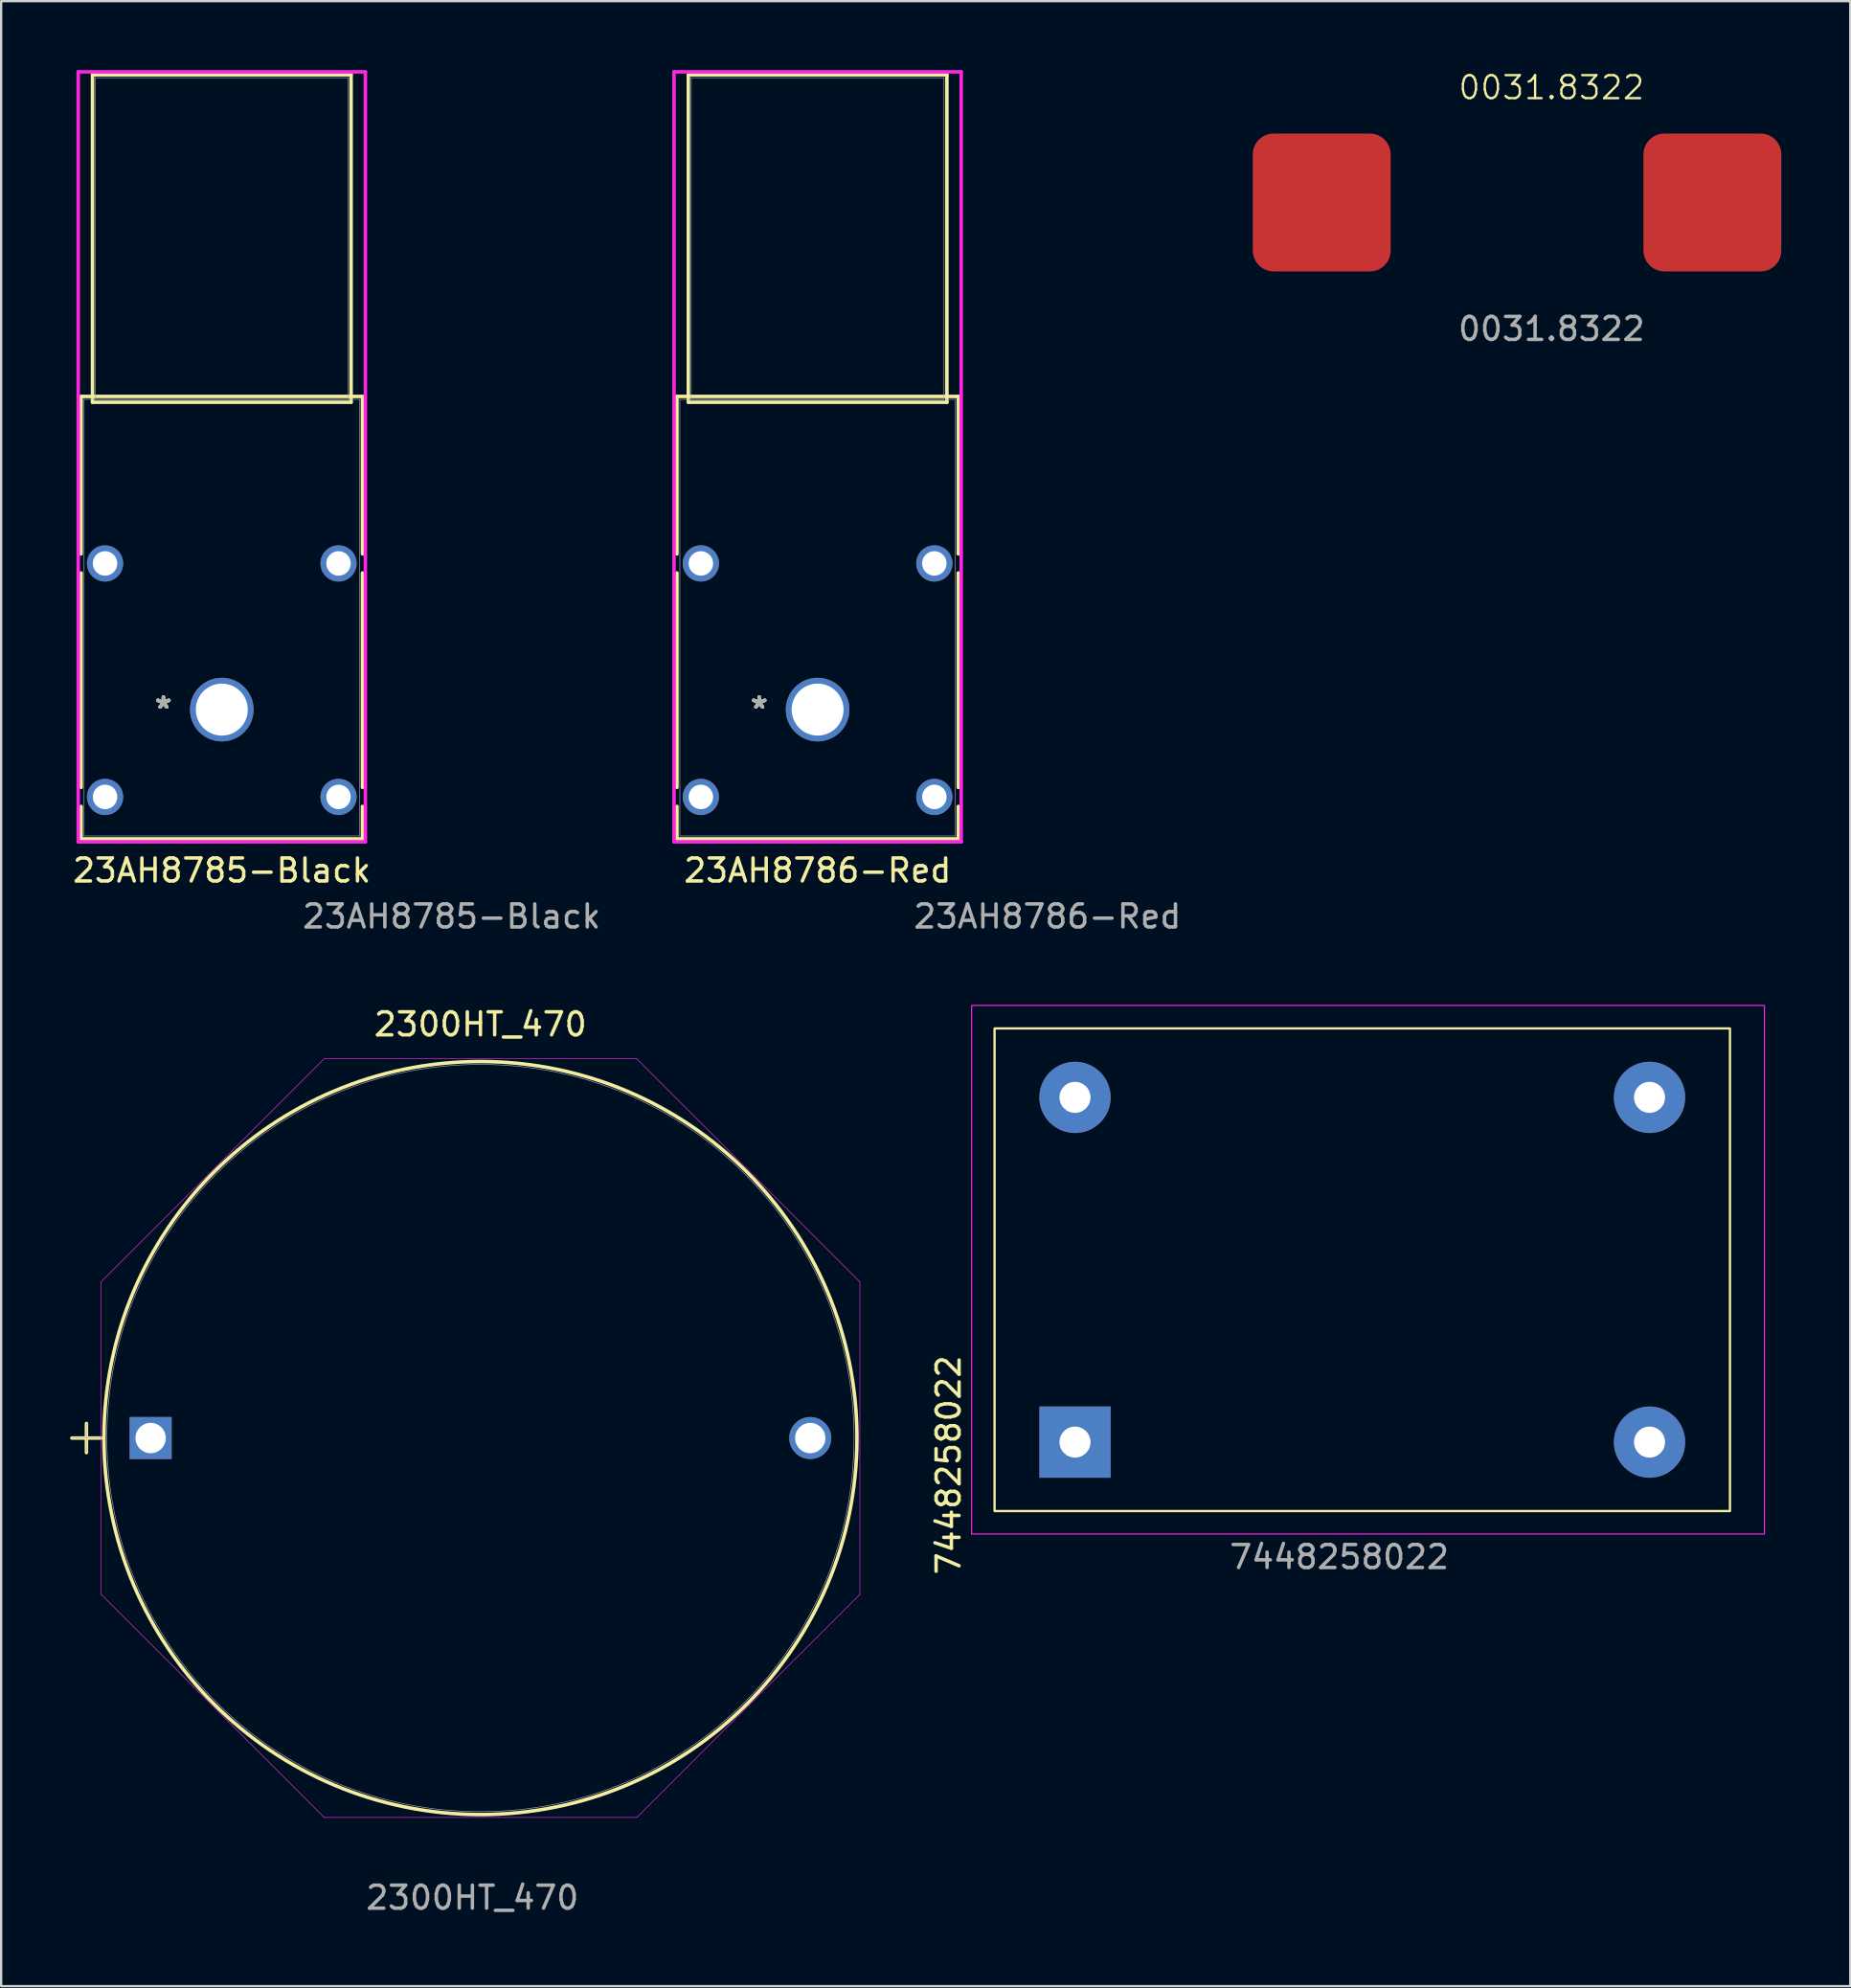
<source format=kicad_pcb>
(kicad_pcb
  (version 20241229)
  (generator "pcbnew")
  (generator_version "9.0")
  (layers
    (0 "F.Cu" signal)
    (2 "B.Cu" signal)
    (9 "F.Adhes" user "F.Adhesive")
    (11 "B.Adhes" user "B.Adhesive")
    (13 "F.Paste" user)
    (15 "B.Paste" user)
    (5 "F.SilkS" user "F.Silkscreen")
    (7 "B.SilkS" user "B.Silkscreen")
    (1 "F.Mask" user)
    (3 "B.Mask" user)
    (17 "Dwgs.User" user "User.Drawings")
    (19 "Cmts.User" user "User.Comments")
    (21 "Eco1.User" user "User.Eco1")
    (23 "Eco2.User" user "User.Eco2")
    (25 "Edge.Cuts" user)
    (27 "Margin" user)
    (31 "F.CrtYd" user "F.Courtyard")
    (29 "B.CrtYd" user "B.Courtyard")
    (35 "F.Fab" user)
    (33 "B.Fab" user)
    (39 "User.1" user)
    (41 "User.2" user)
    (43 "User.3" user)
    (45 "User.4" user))
  (footprint "0031.8322"
    (layer "F.Cu")
    (at 68.462 8.761)
    (property "Reference" "0031.8322" (at -4 -8 0) (unlocked yes) (layer "F.SilkS") (effects (font (size 1 1) (thickness 0.1))))
    (attr through_hole)
    (fp_text user "${REFERENCE}" (at -4 2.5 0) (unlocked yes) (layer "F.Fab") (effects (font (size 1 1) (thickness 0.15))))
    (pad "1" smd roundrect (at -14 -3) (size 6 6) (layers "F.Cu" "F.Mask" "F.Paste") (roundrect_rratio 0.15))
    (pad "2" smd roundrect (at 3 -3) (size 6 6) (layers "F.Cu" "F.Mask" "F.Paste") (roundrect_rratio 0.15)))
  (footprint "2300HT_470"
    (layer "F.Cu")
    (at 3.505 59.522)
    (property "Reference" "2300HT_470" (at 14.351 -18 0) (unlocked yes) (layer "F.SilkS") (effects (font (size 1 1) (thickness 0.15))))
    (attr through_hole)
    (fp_line (start -3.429 0) (end -2.159 0) (stroke (width 0.152) (type solid)) (layer "F.SilkS"))
    (fp_line (start -2.794 -0.635) (end -2.794 0.635) (stroke (width 0.152) (type solid)) (layer "F.SilkS"))
    (fp_circle (center 14.351 0) (end 30.734 0) (stroke (width 0.152) (type solid)) (fill no) (layer "F.SilkS"))
    (fp_line (start -2.159 -6.798) (end 7.553 -16.51) (stroke (width 0.025) (type solid)) (layer "F.CrtYd"))
    (fp_line (start -2.159 6.798) (end -2.159 -6.798) (stroke (width 0.025) (type solid)) (layer "F.CrtYd"))
    (fp_line (start 7.553 -16.51) (end 21.149 -16.51) (stroke (width 0.025) (type solid)) (layer "F.CrtYd"))
    (fp_line (start 7.553 16.51) (end -2.159 6.798) (stroke (width 0.025) (type solid)) (layer "F.CrtYd"))
    (fp_line (start 21.149 -16.51) (end 30.861 -6.798) (stroke (width 0.025) (type solid)) (layer "F.CrtYd"))
    (fp_line (start 21.149 16.51) (end 7.553 16.51) (stroke (width 0.025) (type solid)) (layer "F.CrtYd"))
    (fp_line (start 30.861 -6.798) (end 30.861 6.798) (stroke (width 0.025) (type solid)) (layer "F.CrtYd"))
    (fp_line (start 30.861 6.798) (end 21.149 16.51) (stroke (width 0.025) (type solid)) (layer "F.CrtYd"))
    (fp_line (start -3.429 0) (end -2.159 0) (stroke (width 0.025) (type solid)) (layer "F.Fab"))
    (fp_line (start -2.794 -0.635) (end -2.794 0.635) (stroke (width 0.025) (type solid)) (layer "F.Fab"))
    (fp_circle (center 14.351 0) (end 30.607 0) (stroke (width 0.025) (type solid)) (fill no) (layer "F.Fab"))
    (fp_text user "${REFERENCE}" (at 14 20 0) (unlocked yes) (layer "F.Fab") (effects (font (size 1 1) (thickness 0.15))))
    (pad "1" thru_hole rect (at 0 0) (size 1.829 1.829) (drill 1.321) (layers "*.Cu" "*.Mask"))
    (pad "2" thru_hole circle (at 28.702 0) (size 1.829 1.829) (drill 1.321) (layers "*.Cu" "*.Mask")))
  (footprint "7448258022"
    (layer "F.Cu")
    (at 40.227 62.699)
    (property "Reference" "7448258022" (at -2 -2 90) (unlocked yes) (layer "F.SilkS") (effects (font (size 1 1) (thickness 0.15))))
    (attr through_hole)
    (fp_rect (start 0 -21) (end 32 0) (stroke (width 0.1) (type default)) (fill no) (layer "F.SilkS"))
    (fp_rect (start -1 -22) (end 33.5 1) (stroke (width 0.05) (type solid)) (fill no) (layer "F.CrtYd"))
    (fp_text user "${REFERENCE}" (at 15 2 0) (unlocked yes) (layer "F.Fab") (effects (font (size 1 1) (thickness 0.15))))
    (pad "1" thru_hole rect (at 3.5 -3) (size 3.1 3.1) (drill 1.35) (layers "*.Cu" "*.Mask"))
    (pad "2" thru_hole circle (at 28.5 -3) (size 3.1 3.1) (drill 1.35) (layers "*.Cu" "*.Mask"))
    (pad "3" thru_hole circle (at 28.5 -18) (size 3.1 3.1) (drill 1.35) (layers "*.Cu" "*.Mask"))
    (pad "4" thru_hole circle (at 3.5 -18) (size 3.1 3.1) (drill 1.35) (layers "*.Cu" "*.Mask")))
  (footprint "23AH8786-Red"
    (layer "F.Cu")
    (at 32.527 27.826)
    (property "Reference" "23AH8786-Red" (at 0 7 0) (unlocked yes) (layer "F.SilkS") (effects (font (size 1 1) (thickness 0.15))))
    (attr through_hole)
    (fp_line (start -6.121 -13.627) (end -6.121 -6.773) (stroke (width 0.152) (type solid)) (layer "F.SilkS"))
    (fp_line (start -6.121 -5.947) (end -6.121 3.387) (stroke (width 0.152) (type solid)) (layer "F.SilkS"))
    (fp_line (start -6.121 4.212) (end -6.121 5.626) (stroke (width 0.152) (type solid)) (layer "F.SilkS"))
    (fp_line (start -6.121 5.626) (end 6.121 5.626) (stroke (width 0.152) (type solid)) (layer "F.SilkS"))
    (fp_line (start -5.626 -27.622) (end -5.626 -13.373) (stroke (width 0.152) (type solid)) (layer "F.SilkS"))
    (fp_line (start -5.626 -13.373) (end 5.626 -13.373) (stroke (width 0.152) (type solid)) (layer "F.SilkS"))
    (fp_line (start 5.626 -27.622) (end -5.626 -27.622) (stroke (width 0.152) (type solid)) (layer "F.SilkS"))
    (fp_line (start 5.626 -13.373) (end 5.626 -27.622) (stroke (width 0.152) (type solid)) (layer "F.SilkS"))
    (fp_line (start 6.121 -13.627) (end -6.121 -13.627) (stroke (width 0.152) (type solid)) (layer "F.SilkS"))
    (fp_line (start 6.121 -6.773) (end 6.121 -13.627) (stroke (width 0.152) (type solid)) (layer "F.SilkS"))
    (fp_line (start 6.121 3.387) (end 6.121 -5.947) (stroke (width 0.152) (type solid)) (layer "F.SilkS"))
    (fp_line (start 6.121 5.626) (end 6.121 4.212) (stroke (width 0.152) (type solid)) (layer "F.SilkS"))
    (fp_line (start -6.248 -27.749) (end -6.248 5.753) (stroke (width 0.152) (type solid)) (layer "F.CrtYd"))
    (fp_line (start -6.248 5.753) (end 6.248 5.753) (stroke (width 0.152) (type solid)) (layer "F.CrtYd"))
    (fp_line (start 6.248 -27.749) (end -6.248 -27.749) (stroke (width 0.152) (type solid)) (layer "F.CrtYd"))
    (fp_line (start 6.248 5.753) (end 6.248 -27.749) (stroke (width 0.152) (type solid)) (layer "F.CrtYd"))
    (fp_line (start -5.994 -13.5) (end -5.994 5.499) (stroke (width 0.025) (type solid)) (layer "F.Fab"))
    (fp_line (start -5.994 5.499) (end 5.994 5.499) (stroke (width 0.025) (type solid)) (layer "F.Fab"))
    (fp_line (start -5.499 -27.495) (end -5.499 -13.5) (stroke (width 0.025) (type solid)) (layer "F.Fab"))
    (fp_line (start -5.499 -13.5) (end 5.499 -13.5) (stroke (width 0.025) (type solid)) (layer "F.Fab"))
    (fp_line (start 5.499 -27.495) (end -5.499 -27.495) (stroke (width 0.025) (type solid)) (layer "F.Fab"))
    (fp_line (start 5.499 -13.5) (end 5.499 -27.495) (stroke (width 0.025) (type solid)) (layer "F.Fab"))
    (fp_line (start 5.994 -13.5) (end -5.994 -13.5) (stroke (width 0.025) (type solid)) (layer "F.Fab"))
    (fp_line (start 5.994 5.499) (end 5.994 -13.5) (stroke (width 0.025) (type solid)) (layer "F.Fab"))
    (fp_text user "*" (at -2.54 0 0) (unlocked yes) (layer "F.SilkS") (effects (font (size 1 1) (thickness 0.15))))
    (fp_text user "*" (at -2.54 0 0) (layer "F.SilkS") (effects (font (size 1 1) (thickness 0.15))))
    (fp_text user "*" (at -2.54 0 0) (unlocked yes) (layer "F.Fab") (effects (font (size 1 1) (thickness 0.15))))
    (fp_text user "${REFERENCE}" (at 10 9 0) (unlocked yes) (layer "F.Fab") (effects (font (size 1 1) (thickness 0.15))))
    (fp_text user "*" (at -2.54 0 0) (layer "F.Fab") (effects (font (size 1 1) (thickness 0.15))))
    (pad "1" thru_hole circle (at 0 0) (size 2.769 2.769) (drill 2.261) (layers "*.Cu" "*.Mask"))
    (pad "2" thru_hole circle (at -5.08 3.8) (size 1.575 1.575) (drill 1.067) (layers "*.Cu" "*.Mask"))
    (pad "3" thru_hole circle (at 5.08 3.8) (size 1.575 1.575) (drill 1.067) (layers "*.Cu" "*.Mask"))
    (pad "4" thru_hole circle (at -5.08 -6.36) (size 1.575 1.575) (drill 1.067) (layers "*.Cu" "*.Mask"))
    (pad "5" thru_hole circle (at 5.08 -6.36) (size 1.575 1.575) (drill 1.067) (layers "*.Cu" "*.Mask")))
  (footprint "23AH8785-Black"
    (layer "F.Cu")
    (at 6.601 27.826)
    (property "Reference" "23AH8785-Black" (at 0 7 0) (unlocked yes) (layer "F.SilkS") (effects (font (size 1 1) (thickness 0.15))))
    (attr through_hole)
    (fp_line (start -6.121 -13.627) (end -6.121 -6.773) (stroke (width 0.152) (type solid)) (layer "F.SilkS"))
    (fp_line (start -6.121 -5.947) (end -6.121 3.387) (stroke (width 0.152) (type solid)) (layer "F.SilkS"))
    (fp_line (start -6.121 4.212) (end -6.121 5.626) (stroke (width 0.152) (type solid)) (layer "F.SilkS"))
    (fp_line (start -6.121 5.626) (end 6.121 5.626) (stroke (width 0.152) (type solid)) (layer "F.SilkS"))
    (fp_line (start -5.626 -27.622) (end -5.626 -13.373) (stroke (width 0.152) (type solid)) (layer "F.SilkS"))
    (fp_line (start -5.626 -13.373) (end 5.626 -13.373) (stroke (width 0.152) (type solid)) (layer "F.SilkS"))
    (fp_line (start 5.626 -27.622) (end -5.626 -27.622) (stroke (width 0.152) (type solid)) (layer "F.SilkS"))
    (fp_line (start 5.626 -13.373) (end 5.626 -27.622) (stroke (width 0.152) (type solid)) (layer "F.SilkS"))
    (fp_line (start 6.121 -13.627) (end -6.121 -13.627) (stroke (width 0.152) (type solid)) (layer "F.SilkS"))
    (fp_line (start 6.121 -6.773) (end 6.121 -13.627) (stroke (width 0.152) (type solid)) (layer "F.SilkS"))
    (fp_line (start 6.121 3.387) (end 6.121 -5.947) (stroke (width 0.152) (type solid)) (layer "F.SilkS"))
    (fp_line (start 6.121 5.626) (end 6.121 4.212) (stroke (width 0.152) (type solid)) (layer "F.SilkS"))
    (fp_line (start -6.248 -27.749) (end -6.248 5.753) (stroke (width 0.152) (type solid)) (layer "F.CrtYd"))
    (fp_line (start -6.248 5.753) (end 6.248 5.753) (stroke (width 0.152) (type solid)) (layer "F.CrtYd"))
    (fp_line (start 6.248 -27.749) (end -6.248 -27.749) (stroke (width 0.152) (type solid)) (layer "F.CrtYd"))
    (fp_line (start 6.248 5.753) (end 6.248 -27.749) (stroke (width 0.152) (type solid)) (layer "F.CrtYd"))
    (fp_line (start -5.994 -13.5) (end -5.994 5.499) (stroke (width 0.025) (type solid)) (layer "F.Fab"))
    (fp_line (start -5.994 5.499) (end 5.994 5.499) (stroke (width 0.025) (type solid)) (layer "F.Fab"))
    (fp_line (start -5.499 -27.495) (end -5.499 -13.5) (stroke (width 0.025) (type solid)) (layer "F.Fab"))
    (fp_line (start -5.499 -13.5) (end 5.499 -13.5) (stroke (width 0.025) (type solid)) (layer "F.Fab"))
    (fp_line (start 5.499 -27.495) (end -5.499 -27.495) (stroke (width 0.025) (type solid)) (layer "F.Fab"))
    (fp_line (start 5.499 -13.5) (end 5.499 -27.495) (stroke (width 0.025) (type solid)) (layer "F.Fab"))
    (fp_line (start 5.994 -13.5) (end -5.994 -13.5) (stroke (width 0.025) (type solid)) (layer "F.Fab"))
    (fp_line (start 5.994 5.499) (end 5.994 -13.5) (stroke (width 0.025) (type solid)) (layer "F.Fab"))
    (fp_text user "*" (at -2.54 0 0) (unlocked yes) (layer "F.SilkS") (effects (font (size 1 1) (thickness 0.15))))
    (fp_text user "*" (at -2.54 0 0) (layer "F.SilkS") (effects (font (size 1 1) (thickness 0.15))))
    (fp_text user "${REFERENCE}" (at 10 9 0) (unlocked yes) (layer "F.Fab") (effects (font (size 1 1) (thickness 0.15))))
    (fp_text user "*" (at -2.54 0 0) (layer "F.Fab") (effects (font (size 1 1) (thickness 0.15))))
    (fp_text user "*" (at -2.54 0 0) (unlocked yes) (layer "F.Fab") (effects (font (size 1 1) (thickness 0.15))))
    (pad "1" thru_hole circle (at 0 0) (size 2.769 2.769) (drill 2.261) (layers "*.Cu" "*.Mask"))
    (pad "2" thru_hole circle (at -5.08 3.8) (size 1.575 1.575) (drill 1.067) (layers "*.Cu" "*.Mask"))
    (pad "3" thru_hole circle (at 5.08 3.8) (size 1.575 1.575) (drill 1.067) (layers "*.Cu" "*.Mask"))
    (pad "4" thru_hole circle (at -5.08 -6.36) (size 1.575 1.575) (drill 1.067) (layers "*.Cu" "*.Mask"))
    (pad "5" thru_hole circle (at 5.08 -6.36) (size 1.575 1.575) (drill 1.067) (layers "*.Cu" "*.Mask")))
  (gr_rect
    (start -3 -3)
    (end 77.462 83.37)
    (stroke (width 0.1) (type default))
    (fill no)
    (layer "Edge.Cuts")))
</source>
